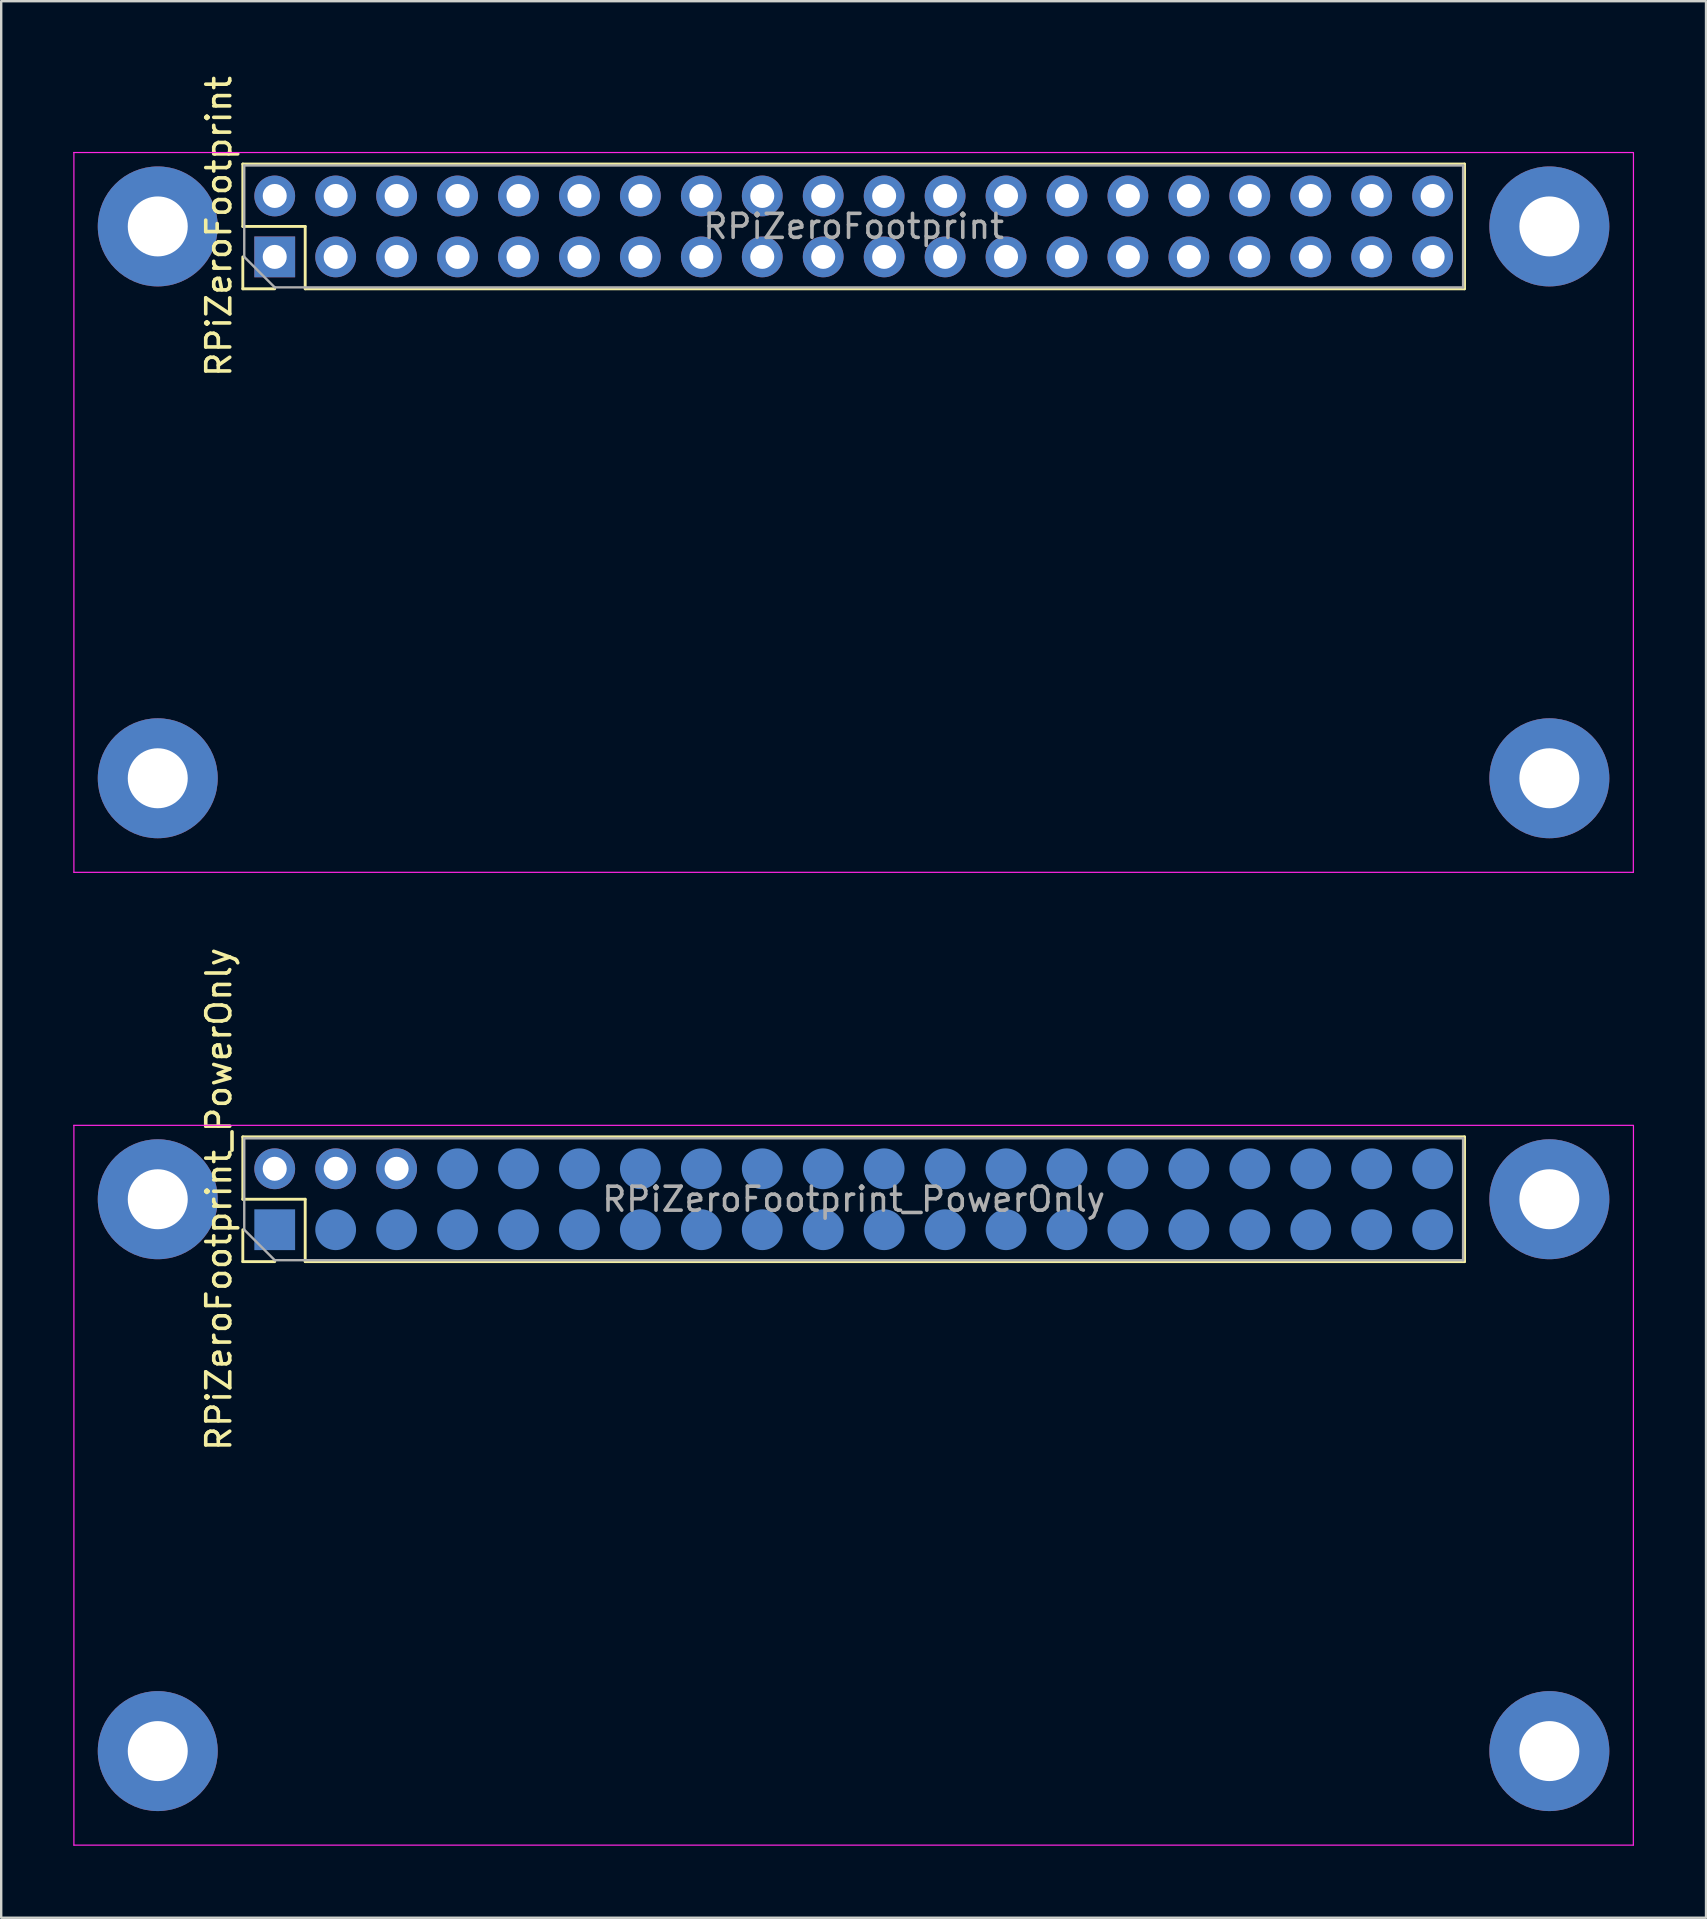
<source format=kicad_pcb>
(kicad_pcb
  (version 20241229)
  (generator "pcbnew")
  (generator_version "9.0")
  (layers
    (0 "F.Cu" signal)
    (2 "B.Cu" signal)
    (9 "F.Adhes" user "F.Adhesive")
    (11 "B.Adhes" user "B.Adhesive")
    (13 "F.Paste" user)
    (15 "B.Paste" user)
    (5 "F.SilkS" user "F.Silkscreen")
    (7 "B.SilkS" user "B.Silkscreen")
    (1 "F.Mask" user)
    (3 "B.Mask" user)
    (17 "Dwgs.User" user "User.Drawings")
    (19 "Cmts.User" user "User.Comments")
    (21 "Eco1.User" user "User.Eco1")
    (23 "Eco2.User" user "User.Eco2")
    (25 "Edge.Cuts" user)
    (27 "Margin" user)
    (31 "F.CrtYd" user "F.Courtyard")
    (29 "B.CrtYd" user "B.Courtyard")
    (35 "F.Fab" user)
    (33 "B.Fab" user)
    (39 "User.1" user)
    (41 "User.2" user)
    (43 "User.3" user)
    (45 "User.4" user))
  (footprint "RPiZeroFootprint_PowerOnly"
    (layer "F.Cu")
    (at 32.525 46.933)
    (property "Reference" "RPiZeroFootprint_PowerOnly" (at -26.455 0 90) (layer "F.SilkS") (effects (font (size 1 1) (thickness 0.15))))
    (attr through_hole)
    (fp_line (start -25.455 -2.6) (end 25.465 -2.6) (stroke (width 0.12) (type solid)) (layer "F.SilkS"))
    (fp_line (start -25.455 0) (end -25.455 -2.6) (stroke (width 0.12) (type solid)) (layer "F.SilkS"))
    (fp_line (start -25.455 2.6) (end -25.455 1.27) (stroke (width 0.12) (type solid)) (layer "F.SilkS"))
    (fp_line (start -24.125 2.6) (end -25.455 2.6) (stroke (width 0.12) (type solid)) (layer "F.SilkS"))
    (fp_line (start -22.855 0) (end -25.455 0) (stroke (width 0.12) (type solid)) (layer "F.SilkS"))
    (fp_line (start -22.855 2.6) (end -22.855 0) (stroke (width 0.12) (type solid)) (layer "F.SilkS"))
    (fp_line (start -22.855 2.6) (end 25.465 2.6) (stroke (width 0.12) (type solid)) (layer "F.SilkS"))
    (fp_line (start 25.465 2.6) (end 25.465 -2.6) (stroke (width 0.12) (type solid)) (layer "F.SilkS"))
    (fp_line (start -32.495 -3.08) (end -32.495 26.92) (stroke (width 0.05) (type solid)) (layer "F.CrtYd"))
    (fp_line (start -32.495 26.92) (end 32.5 26.92) (stroke (width 0.05) (type solid)) (layer "F.CrtYd"))
    (fp_line (start 32.5 -3.08) (end -32.5 -3.08) (stroke (width 0.05) (type solid)) (layer "F.CrtYd"))
    (fp_line (start 32.5 26.92) (end 32.505 -3.075) (stroke (width 0.05) (type solid)) (layer "F.CrtYd"))
    (fp_line (start -25.395 -2.54) (end 25.405 -2.54) (stroke (width 0.1) (type solid)) (layer "F.Fab"))
    (fp_line (start -25.395 1.27) (end -25.395 -2.54) (stroke (width 0.1) (type solid)) (layer "F.Fab"))
    (fp_line (start -24.125 2.54) (end -25.395 1.27) (stroke (width 0.1) (type solid)) (layer "F.Fab"))
    (fp_line (start 25.405 -2.54) (end 25.405 2.54) (stroke (width 0.1) (type solid)) (layer "F.Fab"))
    (fp_line (start 25.405 2.54) (end -24.125 2.54) (stroke (width 0.1) (type solid)) (layer "F.Fab"))
    (fp_text user "${REFERENCE}" (at 0.005 0 180) (layer "F.Fab") (effects (font (size 1 1) (thickness 0.15))))
    (pad "" thru_hole circle (at -29 0) (size 5 5) (drill 2.5) (property pad_prop_heatsink) (layers "*.Cu" "*.Mask"))
    (pad "" thru_hole circle (at -29 23) (size 5 5) (drill 2.5) (property pad_prop_heatsink) (layers "*.Cu" "*.Mask"))
    (pad "" thru_hole circle (at 29 0) (size 5 5) (drill 2.5) (property pad_prop_heatsink) (layers "*.Cu" "*.Mask"))
    (pad "" thru_hole circle (at 29 23) (size 5 5) (drill 2.5) (property pad_prop_heatsink) (layers "*.Cu" "*.Mask"))
    (pad "1" smd rect (at -24.125 1.27 90) (size 1.7 1.7) (layers "B.Cu" "B.Mask" "B.Paste"))
    (pad "2" thru_hole oval (at -24.125 -1.27 90) (size 1.7 1.7) (drill 1) (layers "*.Cu" "*.Mask"))
    (pad "3" smd oval (at -21.585 1.27 90) (size 1.7 1.7) (layers "B.Cu" "B.Mask" "B.Paste"))
    (pad "4" thru_hole oval (at -21.585 -1.27 90) (size 1.7 1.7) (drill 1) (layers "*.Cu" "*.Mask"))
    (pad "5" smd oval (at -19.045 1.27 90) (size 1.7 1.7) (layers "B.Cu" "B.Mask" "B.Paste"))
    (pad "6" thru_hole oval (at -19.045 -1.27 90) (size 1.7 1.7) (drill 1) (layers "*.Cu" "*.Mask"))
    (pad "7" smd oval (at -16.505 1.27 90) (size 1.7 1.7) (layers "B.Cu" "B.Mask" "B.Paste"))
    (pad "8" smd oval (at -16.505 -1.27 90) (size 1.7 1.7) (layers "B.Cu" "B.Mask" "B.Paste"))
    (pad "9" smd oval (at -13.965 1.27 90) (size 1.7 1.7) (layers "B.Cu" "B.Mask" "B.Paste"))
    (pad "10" smd oval (at -13.965 -1.27 90) (size 1.7 1.7) (layers "B.Cu" "B.Mask" "B.Paste"))
    (pad "11" smd oval (at -11.425 1.27 90) (size 1.7 1.7) (layers "B.Cu" "B.Mask" "B.Paste"))
    (pad "12" smd oval (at -11.425 -1.27 90) (size 1.7 1.7) (layers "B.Cu" "B.Mask" "B.Paste"))
    (pad "13" smd oval (at -8.885 1.27 90) (size 1.7 1.7) (layers "B.Cu" "B.Mask" "B.Paste"))
    (pad "14" smd oval (at -8.885 -1.27 90) (size 1.7 1.7) (layers "B.Cu" "B.Mask" "B.Paste"))
    (pad "15" smd oval (at -6.345 1.27 90) (size 1.7 1.7) (layers "B.Cu" "B.Mask" "B.Paste"))
    (pad "16" smd oval (at -6.345 -1.27 90) (size 1.7 1.7) (layers "B.Cu" "B.Mask" "B.Paste"))
    (pad "17" smd oval (at -3.805 1.27 90) (size 1.7 1.7) (layers "B.Cu" "B.Mask" "B.Paste"))
    (pad "18" smd oval (at -3.805 -1.27 90) (size 1.7 1.7) (layers "B.Cu" "B.Mask" "B.Paste"))
    (pad "19" smd oval (at -1.265 1.27 90) (size 1.7 1.7) (layers "B.Cu" "B.Mask" "B.Paste"))
    (pad "20" smd oval (at -1.265 -1.27 90) (size 1.7 1.7) (layers "B.Cu" "B.Mask" "B.Paste"))
    (pad "21" smd oval (at 1.275 1.27 90) (size 1.7 1.7) (layers "B.Cu" "B.Mask" "B.Paste"))
    (pad "22" smd oval (at 1.275 -1.27 90) (size 1.7 1.7) (layers "B.Cu" "B.Mask" "B.Paste"))
    (pad "23" smd oval (at 3.815 1.27 90) (size 1.7 1.7) (layers "B.Cu" "B.Mask" "B.Paste"))
    (pad "24" smd oval (at 3.815 -1.27 90) (size 1.7 1.7) (layers "B.Cu" "B.Mask" "B.Paste"))
    (pad "25" smd oval (at 6.355 1.27 90) (size 1.7 1.7) (layers "B.Cu" "B.Mask" "B.Paste"))
    (pad "26" smd oval (at 6.355 -1.27 90) (size 1.7 1.7) (layers "B.Cu" "B.Mask" "B.Paste"))
    (pad "27" smd oval (at 8.895 1.27 90) (size 1.7 1.7) (layers "B.Cu" "B.Mask" "B.Paste"))
    (pad "28" smd oval (at 8.895 -1.27 90) (size 1.7 1.7) (layers "B.Cu" "B.Mask" "B.Paste"))
    (pad "29" smd oval (at 11.435 1.27 90) (size 1.7 1.7) (layers "B.Cu" "B.Mask" "B.Paste"))
    (pad "30" smd oval (at 11.435 -1.27 90) (size 1.7 1.7) (layers "B.Cu" "B.Mask" "B.Paste"))
    (pad "31" smd oval (at 13.975 1.27 90) (size 1.7 1.7) (layers "B.Cu" "B.Mask" "B.Paste"))
    (pad "32" smd oval (at 13.975 -1.27 90) (size 1.7 1.7) (layers "B.Cu" "B.Mask" "B.Paste"))
    (pad "33" smd oval (at 16.515 1.27 90) (size 1.7 1.7) (layers "B.Cu" "B.Mask" "B.Paste"))
    (pad "34" smd oval (at 16.515 -1.27 90) (size 1.7 1.7) (layers "B.Cu" "B.Mask" "B.Paste"))
    (pad "35" smd oval (at 19.055 1.27 90) (size 1.7 1.7) (layers "B.Cu" "B.Mask" "B.Paste"))
    (pad "36" smd oval (at 19.055 -1.27 90) (size 1.7 1.7) (layers "B.Cu" "B.Mask" "B.Paste"))
    (pad "37" smd oval (at 21.595 1.27 90) (size 1.7 1.7) (layers "B.Cu" "B.Mask" "B.Paste"))
    (pad "38" smd oval (at 21.595 -1.27 90) (size 1.7 1.7) (layers "B.Cu" "B.Mask" "B.Paste"))
    (pad "39" smd oval (at 24.135 1.27 90) (size 1.7 1.7) (layers "B.Cu" "B.Mask" "B.Paste"))
    (pad "40" smd oval (at 24.135 -1.27 90) (size 1.7 1.7) (layers "B.Cu" "B.Mask" "B.Paste")))
  (footprint "RPiZeroFootprint"
    (layer "F.Cu")
    (at 32.525 6.387)
    (property "Reference" "RPiZeroFootprint" (at -26.455 0 90) (layer "F.SilkS") (effects (font (size 1 1) (thickness 0.15))))
    (attr through_hole)
    (fp_line (start -25.455 -2.6) (end 25.465 -2.6) (stroke (width 0.12) (type solid)) (layer "F.SilkS"))
    (fp_line (start -25.455 0) (end -25.455 -2.6) (stroke (width 0.12) (type solid)) (layer "F.SilkS"))
    (fp_line (start -25.455 2.6) (end -25.455 1.27) (stroke (width 0.12) (type solid)) (layer "F.SilkS"))
    (fp_line (start -24.125 2.6) (end -25.455 2.6) (stroke (width 0.12) (type solid)) (layer "F.SilkS"))
    (fp_line (start -22.855 0) (end -25.455 0) (stroke (width 0.12) (type solid)) (layer "F.SilkS"))
    (fp_line (start -22.855 2.6) (end -22.855 0) (stroke (width 0.12) (type solid)) (layer "F.SilkS"))
    (fp_line (start -22.855 2.6) (end 25.465 2.6) (stroke (width 0.12) (type solid)) (layer "F.SilkS"))
    (fp_line (start 25.465 2.6) (end 25.465 -2.6) (stroke (width 0.12) (type solid)) (layer "F.SilkS"))
    (fp_line (start -32.495 -3.08) (end -32.495 26.92) (stroke (width 0.05) (type solid)) (layer "F.CrtYd"))
    (fp_line (start -32.495 26.92) (end 32.5 26.92) (stroke (width 0.05) (type solid)) (layer "F.CrtYd"))
    (fp_line (start 32.5 -3.08) (end -32.5 -3.08) (stroke (width 0.05) (type solid)) (layer "F.CrtYd"))
    (fp_line (start 32.5 26.92) (end 32.505 -3.075) (stroke (width 0.05) (type solid)) (layer "F.CrtYd"))
    (fp_line (start -25.395 -2.54) (end 25.405 -2.54) (stroke (width 0.1) (type solid)) (layer "F.Fab"))
    (fp_line (start -25.395 1.27) (end -25.395 -2.54) (stroke (width 0.1) (type solid)) (layer "F.Fab"))
    (fp_line (start -24.125 2.54) (end -25.395 1.27) (stroke (width 0.1) (type solid)) (layer "F.Fab"))
    (fp_line (start 25.405 -2.54) (end 25.405 2.54) (stroke (width 0.1) (type solid)) (layer "F.Fab"))
    (fp_line (start 25.405 2.54) (end -24.125 2.54) (stroke (width 0.1) (type solid)) (layer "F.Fab"))
    (fp_text user "${REFERENCE}" (at 0.005 0 180) (layer "F.Fab") (effects (font (size 1 1) (thickness 0.15))))
    (pad "" thru_hole circle (at -29 0) (size 5 5) (drill 2.5) (property pad_prop_heatsink) (layers "*.Cu" "*.Mask"))
    (pad "" thru_hole circle (at -29 23) (size 5 5) (drill 2.5) (property pad_prop_heatsink) (layers "*.Cu" "*.Mask"))
    (pad "" thru_hole circle (at 29 0) (size 5 5) (drill 2.5) (property pad_prop_heatsink) (layers "*.Cu" "*.Mask"))
    (pad "" thru_hole circle (at 29 23) (size 5 5) (drill 2.5) (property pad_prop_heatsink) (layers "*.Cu" "*.Mask"))
    (pad "1" thru_hole rect (at -24.125 1.27 90) (size 1.7 1.7) (drill 1) (layers "*.Cu" "*.Mask"))
    (pad "2" thru_hole oval (at -24.125 -1.27 90) (size 1.7 1.7) (drill 1) (layers "*.Cu" "*.Mask"))
    (pad "3" thru_hole oval (at -21.585 1.27 90) (size 1.7 1.7) (drill 1) (layers "*.Cu" "*.Mask"))
    (pad "4" thru_hole oval (at -21.585 -1.27 90) (size 1.7 1.7) (drill 1) (layers "*.Cu" "*.Mask"))
    (pad "5" thru_hole oval (at -19.045 1.27 90) (size 1.7 1.7) (drill 1) (layers "*.Cu" "*.Mask"))
    (pad "6" thru_hole oval (at -19.045 -1.27 90) (size 1.7 1.7) (drill 1) (layers "*.Cu" "*.Mask"))
    (pad "7" thru_hole oval (at -16.505 1.27 90) (size 1.7 1.7) (drill 1) (layers "*.Cu" "*.Mask"))
    (pad "8" thru_hole oval (at -16.505 -1.27 90) (size 1.7 1.7) (drill 1) (layers "*.Cu" "*.Mask"))
    (pad "9" thru_hole oval (at -13.965 1.27 90) (size 1.7 1.7) (drill 1) (layers "*.Cu" "*.Mask"))
    (pad "10" thru_hole oval (at -13.965 -1.27 90) (size 1.7 1.7) (drill 1) (layers "*.Cu" "*.Mask"))
    (pad "11" thru_hole oval (at -11.425 1.27 90) (size 1.7 1.7) (drill 1) (layers "*.Cu" "*.Mask"))
    (pad "12" thru_hole oval (at -11.425 -1.27 90) (size 1.7 1.7) (drill 1) (layers "*.Cu" "*.Mask"))
    (pad "13" thru_hole oval (at -8.885 1.27 90) (size 1.7 1.7) (drill 1) (layers "*.Cu" "*.Mask"))
    (pad "14" thru_hole oval (at -8.885 -1.27 90) (size 1.7 1.7) (drill 1) (layers "*.Cu" "*.Mask"))
    (pad "15" thru_hole oval (at -6.345 1.27 90) (size 1.7 1.7) (drill 1) (layers "*.Cu" "*.Mask"))
    (pad "16" thru_hole oval (at -6.345 -1.27 90) (size 1.7 1.7) (drill 1) (layers "*.Cu" "*.Mask"))
    (pad "17" thru_hole oval (at -3.805 1.27 90) (size 1.7 1.7) (drill 1) (layers "*.Cu" "*.Mask"))
    (pad "18" thru_hole oval (at -3.805 -1.27 90) (size 1.7 1.7) (drill 1) (layers "*.Cu" "*.Mask"))
    (pad "19" thru_hole oval (at -1.265 1.27 90) (size 1.7 1.7) (drill 1) (layers "*.Cu" "*.Mask"))
    (pad "20" thru_hole oval (at -1.265 -1.27 90) (size 1.7 1.7) (drill 1) (layers "*.Cu" "*.Mask"))
    (pad "21" thru_hole oval (at 1.275 1.27 90) (size 1.7 1.7) (drill 1) (layers "*.Cu" "*.Mask"))
    (pad "22" thru_hole oval (at 1.275 -1.27 90) (size 1.7 1.7) (drill 1) (layers "*.Cu" "*.Mask"))
    (pad "23" thru_hole oval (at 3.815 1.27 90) (size 1.7 1.7) (drill 1) (layers "*.Cu" "*.Mask"))
    (pad "24" thru_hole oval (at 3.815 -1.27 90) (size 1.7 1.7) (drill 1) (layers "*.Cu" "*.Mask"))
    (pad "25" thru_hole oval (at 6.355 1.27 90) (size 1.7 1.7) (drill 1) (layers "*.Cu" "*.Mask"))
    (pad "26" thru_hole oval (at 6.355 -1.27 90) (size 1.7 1.7) (drill 1) (layers "*.Cu" "*.Mask"))
    (pad "27" thru_hole oval (at 8.895 1.27 90) (size 1.7 1.7) (drill 1) (layers "*.Cu" "*.Mask"))
    (pad "28" thru_hole oval (at 8.895 -1.27 90) (size 1.7 1.7) (drill 1) (layers "*.Cu" "*.Mask"))
    (pad "29" thru_hole oval (at 11.435 1.27 90) (size 1.7 1.7) (drill 1) (layers "*.Cu" "*.Mask"))
    (pad "30" thru_hole oval (at 11.435 -1.27 90) (size 1.7 1.7) (drill 1) (layers "*.Cu" "*.Mask"))
    (pad "31" thru_hole oval (at 13.975 1.27 90) (size 1.7 1.7) (drill 1) (layers "*.Cu" "*.Mask"))
    (pad "32" thru_hole oval (at 13.975 -1.27 90) (size 1.7 1.7) (drill 1) (layers "*.Cu" "*.Mask"))
    (pad "33" thru_hole oval (at 16.515 1.27 90) (size 1.7 1.7) (drill 1) (layers "*.Cu" "*.Mask"))
    (pad "34" thru_hole oval (at 16.515 -1.27 90) (size 1.7 1.7) (drill 1) (layers "*.Cu" "*.Mask"))
    (pad "35" thru_hole oval (at 19.055 1.27 90) (size 1.7 1.7) (drill 1) (layers "*.Cu" "*.Mask"))
    (pad "36" thru_hole oval (at 19.055 -1.27 90) (size 1.7 1.7) (drill 1) (layers "*.Cu" "*.Mask"))
    (pad "37" thru_hole oval (at 21.595 1.27 90) (size 1.7 1.7) (drill 1) (layers "*.Cu" "*.Mask"))
    (pad "38" thru_hole oval (at 21.595 -1.27 90) (size 1.7 1.7) (drill 1) (layers "*.Cu" "*.Mask"))
    (pad "39" thru_hole oval (at 24.135 1.27 90) (size 1.7 1.7) (drill 1) (layers "*.Cu" "*.Mask"))
    (pad "40" thru_hole oval (at 24.135 -1.27 90) (size 1.7 1.7) (drill 1) (layers "*.Cu" "*.Mask")))
  (gr_rect
    (start -3 -3)
    (end 68.055 76.878)
    (stroke (width 0.1) (type default))
    (fill no)
    (layer "Edge.Cuts")))
</source>
